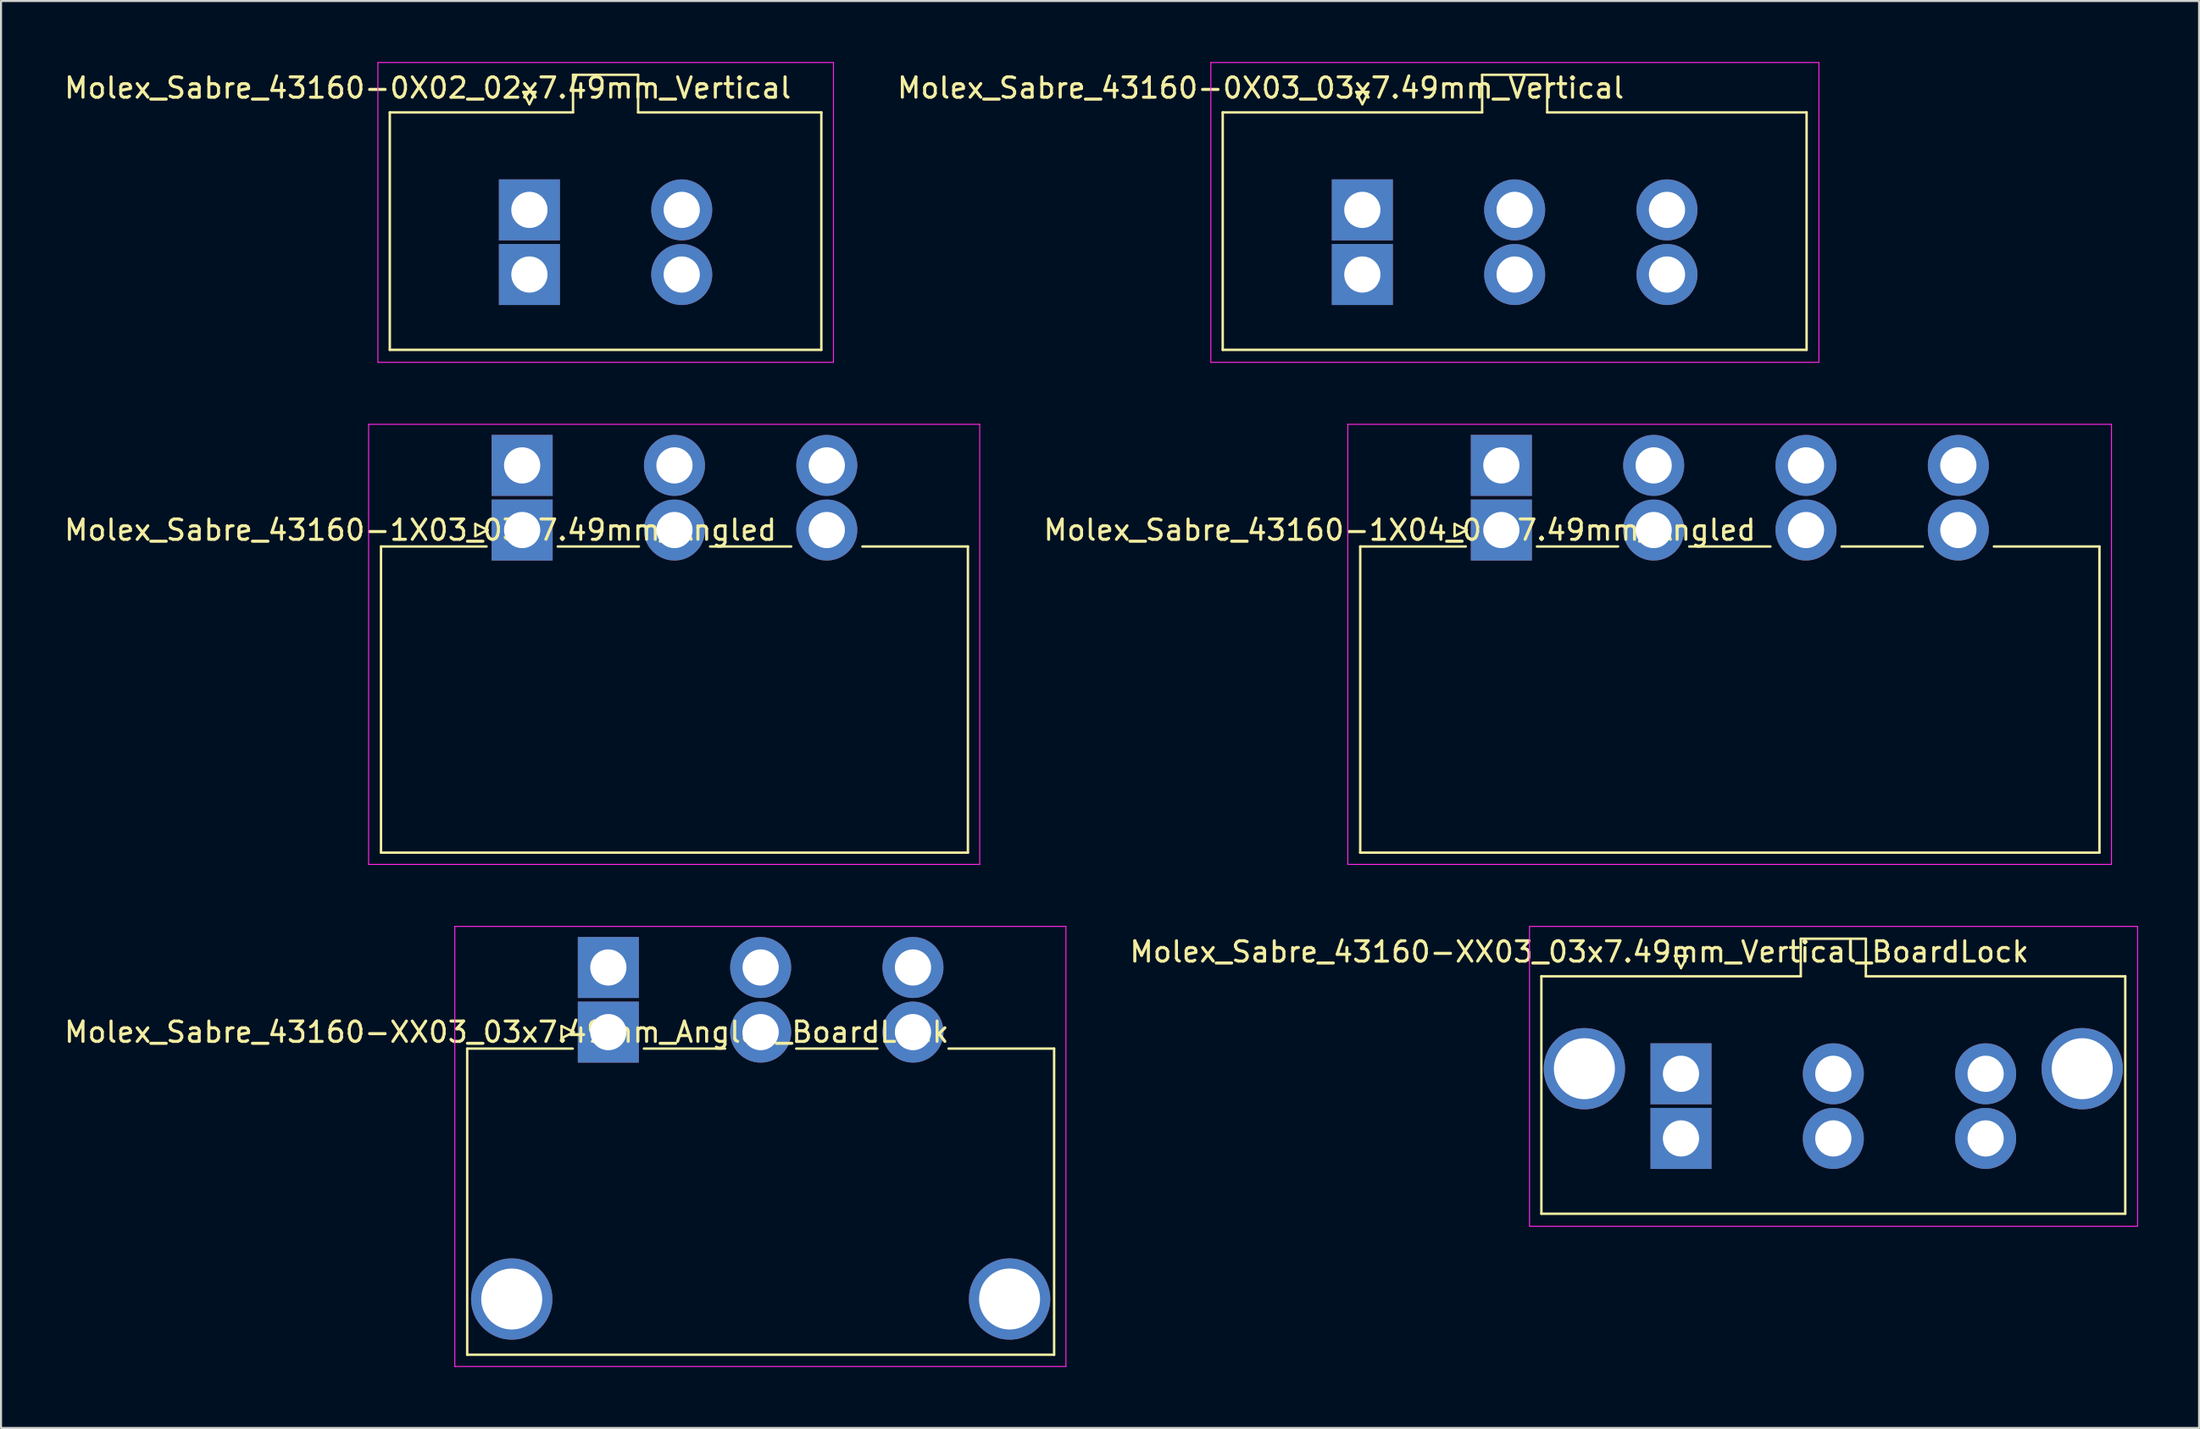
<source format=kicad_pcb>
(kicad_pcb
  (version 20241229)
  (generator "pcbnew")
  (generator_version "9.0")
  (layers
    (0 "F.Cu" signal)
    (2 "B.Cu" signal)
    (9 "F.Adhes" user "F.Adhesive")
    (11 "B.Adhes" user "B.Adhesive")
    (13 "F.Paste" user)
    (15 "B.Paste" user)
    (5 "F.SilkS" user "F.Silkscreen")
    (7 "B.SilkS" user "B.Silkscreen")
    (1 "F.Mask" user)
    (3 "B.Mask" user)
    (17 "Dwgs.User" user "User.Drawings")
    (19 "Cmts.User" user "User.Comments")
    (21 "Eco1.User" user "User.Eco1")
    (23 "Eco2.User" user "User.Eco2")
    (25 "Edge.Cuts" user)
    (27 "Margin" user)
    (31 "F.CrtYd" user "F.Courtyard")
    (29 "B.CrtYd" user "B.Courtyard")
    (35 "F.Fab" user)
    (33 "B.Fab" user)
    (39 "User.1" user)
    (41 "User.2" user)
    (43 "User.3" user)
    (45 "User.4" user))
  (footprint "Molex_Sabre_43160-1X03_03x7.49mm_Angled"
    (layer "F.Cu")
    (at 22.625 23.025)
    (property "Reference" "Molex_Sabre_43160-1X03_03x7.49mm_Angled" (at -5 0 0) (layer "F.SilkS") (effects (font (size 1 1) (thickness 0.15))))
    (attr through_hole)
    (fp_line (start -6.94 0.81) (end -6.94 15.87) (stroke (width 0.12) (type solid)) (layer "F.SilkS"))
    (fp_line (start -6.94 0.81) (end -1.75 0.81) (stroke (width 0.12) (type solid)) (layer "F.SilkS"))
    (fp_line (start -6.94 15.87) (end 21.92 15.87) (stroke (width 0.12) (type solid)) (layer "F.SilkS"))
    (fp_line (start -2.3 -0.3) (end -1.7 0) (stroke (width 0.12) (type solid)) (layer "F.SilkS"))
    (fp_line (start -2.3 0.3) (end -2.3 -0.3) (stroke (width 0.12) (type solid)) (layer "F.SilkS"))
    (fp_line (start -1.7 0) (end -2.3 0.3) (stroke (width 0.12) (type solid)) (layer "F.SilkS"))
    (fp_line (start 1.75 0.81) (end 5.74 0.81) (stroke (width 0.12) (type solid)) (layer "F.SilkS"))
    (fp_line (start 9.24 0.81) (end 13.23 0.81) (stroke (width 0.12) (type solid)) (layer "F.SilkS"))
    (fp_line (start 16.73 0.81) (end 21.92 0.81) (stroke (width 0.12) (type solid)) (layer "F.SilkS"))
    (fp_line (start 21.92 15.87) (end 21.92 0.81) (stroke (width 0.12) (type solid)) (layer "F.SilkS"))
    (fp_line (start -7.55 -5.2) (end -7.55 16.45) (stroke (width 0.05) (type solid)) (layer "F.CrtYd"))
    (fp_line (start -7.55 16.45) (end 22.5 16.45) (stroke (width 0.05) (type solid)) (layer "F.CrtYd"))
    (fp_line (start 22.5 -5.2) (end -7.55 -5.2) (stroke (width 0.05) (type solid)) (layer "F.CrtYd"))
    (fp_line (start 22.5 16.45) (end 22.5 -5.2) (stroke (width 0.05) (type solid)) (layer "F.CrtYd"))
    (pad "1" thru_hole rect (at 0 -3.18) (size 3 3) (drill 1.78) (layers "*.Cu" "*.Mask"))
    (pad "1" thru_hole rect (at 0 0) (size 3 3) (drill 1.78) (layers "*.Cu" "*.Mask"))
    (pad "2" thru_hole circle (at 7.49 -3.18) (size 3 3) (drill 1.78) (layers "*.Cu" "*.Mask"))
    (pad "2" thru_hole circle (at 7.49 0) (size 3 3) (drill 1.78) (layers "*.Cu" "*.Mask"))
    (pad "3" thru_hole circle (at 14.98 -3.18) (size 3 3) (drill 1.78) (layers "*.Cu" "*.Mask"))
    (pad "3" thru_hole circle (at 14.98 0) (size 3 3) (drill 1.78) (layers "*.Cu" "*.Mask")))
  (footprint "Molex_Sabre_43160-XX03_03x7.49mm_Angled_BoardLock"
    (layer "F.Cu")
    (at 26.863 47.725)
    (property "Reference" "Molex_Sabre_43160-XX03_03x7.49mm_Angled_BoardLock" (at -5 0 0) (layer "F.SilkS") (effects (font (size 1 1) (thickness 0.15))))
    (attr through_hole)
    (fp_line (start -6.94 0.81) (end -6.94 15.87) (stroke (width 0.12) (type solid)) (layer "F.SilkS"))
    (fp_line (start -6.94 0.81) (end -1.75 0.81) (stroke (width 0.12) (type solid)) (layer "F.SilkS"))
    (fp_line (start -6.94 15.87) (end 21.92 15.87) (stroke (width 0.12) (type solid)) (layer "F.SilkS"))
    (fp_line (start -2.3 -0.3) (end -1.7 0) (stroke (width 0.12) (type solid)) (layer "F.SilkS"))
    (fp_line (start -2.3 0.3) (end -2.3 -0.3) (stroke (width 0.12) (type solid)) (layer "F.SilkS"))
    (fp_line (start -1.7 0) (end -2.3 0.3) (stroke (width 0.12) (type solid)) (layer "F.SilkS"))
    (fp_line (start 1.75 0.81) (end 5.74 0.81) (stroke (width 0.12) (type solid)) (layer "F.SilkS"))
    (fp_line (start 9.24 0.81) (end 13.23 0.81) (stroke (width 0.12) (type solid)) (layer "F.SilkS"))
    (fp_line (start 16.73 0.81) (end 21.92 0.81) (stroke (width 0.12) (type solid)) (layer "F.SilkS"))
    (fp_line (start 21.92 15.87) (end 21.92 0.81) (stroke (width 0.12) (type solid)) (layer "F.SilkS"))
    (fp_line (start -7.55 -5.2) (end -7.55 16.45) (stroke (width 0.05) (type solid)) (layer "F.CrtYd"))
    (fp_line (start -7.55 16.45) (end 22.5 16.45) (stroke (width 0.05) (type solid)) (layer "F.CrtYd"))
    (fp_line (start 22.5 -5.2) (end -7.55 -5.2) (stroke (width 0.05) (type solid)) (layer "F.CrtYd"))
    (fp_line (start 22.5 16.45) (end 22.5 -5.2) (stroke (width 0.05) (type solid)) (layer "F.CrtYd"))
    (pad "" thru_hole circle (at -4.75 13.13) (size 4 4) (drill 3) (layers "*.Cu" "*.Mask"))
    (pad "" thru_hole circle (at 19.73 13.13) (size 4 4) (drill 3) (layers "*.Cu" "*.Mask"))
    (pad "1" thru_hole rect (at 0 -3.18) (size 3 3) (drill 1.78) (layers "*.Cu" "*.Mask"))
    (pad "1" thru_hole rect (at 0 0) (size 3 3) (drill 1.78) (layers "*.Cu" "*.Mask"))
    (pad "2" thru_hole circle (at 7.49 -3.18) (size 3 3) (drill 1.78) (layers "*.Cu" "*.Mask"))
    (pad "2" thru_hole circle (at 7.49 0) (size 3 3) (drill 1.78) (layers "*.Cu" "*.Mask"))
    (pad "3" thru_hole circle (at 14.98 -3.18) (size 3 3) (drill 1.78) (layers "*.Cu" "*.Mask"))
    (pad "3" thru_hole circle (at 14.98 0) (size 3 3) (drill 1.78) (layers "*.Cu" "*.Mask")))
  (footprint "Molex_Sabre_43160-0X03_03x7.49mm_Vertical"
    (layer "F.Cu")
    (at 63.939 7.275)
    (property "Reference" "Molex_Sabre_43160-0X03_03x7.49mm_Vertical" (at -5 -6 0) (layer "F.SilkS") (effects (font (size 1 1) (thickness 0.15))))
    (attr through_hole)
    (fp_line (start -6.865 -4.795) (end 5.89 -4.795) (stroke (width 0.12) (type solid)) (layer "F.SilkS"))
    (fp_line (start -6.865 6.885) (end -6.865 -4.795) (stroke (width 0.12) (type solid)) (layer "F.SilkS"))
    (fp_line (start -0.3 -5.8) (end 0 -5.2) (stroke (width 0.12) (type solid)) (layer "F.SilkS"))
    (fp_line (start 0 -5.2) (end 0.3 -5.8) (stroke (width 0.12) (type solid)) (layer "F.SilkS"))
    (fp_line (start 0.3 -5.8) (end -0.3 -5.8) (stroke (width 0.12) (type solid)) (layer "F.SilkS"))
    (fp_line (start 5.89 -6.645) (end 9.09 -6.645) (stroke (width 0.12) (type solid)) (layer "F.SilkS"))
    (fp_line (start 5.89 -4.795) (end 5.89 -6.645) (stroke (width 0.12) (type solid)) (layer "F.SilkS"))
    (fp_line (start 9.09 -6.645) (end 9.09 -4.795) (stroke (width 0.12) (type solid)) (layer "F.SilkS"))
    (fp_line (start 9.09 -4.795) (end 21.845 -4.795) (stroke (width 0.12) (type solid)) (layer "F.SilkS"))
    (fp_line (start 21.845 -4.795) (end 21.845 6.885) (stroke (width 0.12) (type solid)) (layer "F.SilkS"))
    (fp_line (start 21.845 6.885) (end -6.865 6.885) (stroke (width 0.12) (type solid)) (layer "F.SilkS"))
    (fp_line (start -7.45 -7.25) (end -7.45 7.5) (stroke (width 0.05) (type solid)) (layer "F.CrtYd"))
    (fp_line (start -7.45 7.5) (end 22.45 7.5) (stroke (width 0.05) (type solid)) (layer "F.CrtYd"))
    (fp_line (start 22.45 -7.25) (end -7.45 -7.25) (stroke (width 0.05) (type solid)) (layer "F.CrtYd"))
    (fp_line (start 22.45 7.5) (end 22.45 -7.25) (stroke (width 0.05) (type solid)) (layer "F.CrtYd"))
    (pad "1" thru_hole rect (at 0 0) (size 3 3) (drill 1.78) (layers "*.Cu" "*.Mask"))
    (pad "1" thru_hole rect (at 0 3.18) (size 3 3) (drill 1.78) (layers "*.Cu" "*.Mask"))
    (pad "2" thru_hole circle (at 7.49 0) (size 3 3) (drill 1.78) (layers "*.Cu" "*.Mask"))
    (pad "2" thru_hole circle (at 7.49 3.18) (size 3 3) (drill 1.78) (layers "*.Cu" "*.Mask"))
    (pad "3" thru_hole circle (at 14.98 0) (size 3 3) (drill 1.78) (layers "*.Cu" "*.Mask"))
    (pad "3" thru_hole circle (at 14.98 3.18) (size 3 3) (drill 1.78) (layers "*.Cu" "*.Mask")))
  (footprint "Molex_Sabre_43160-0X02_02x7.49mm_Vertical"
    (layer "F.Cu")
    (at 22.982 7.275)
    (property "Reference" "Molex_Sabre_43160-0X02_02x7.49mm_Vertical" (at -5 -6 0) (layer "F.SilkS") (effects (font (size 1 1) (thickness 0.15))))
    (attr through_hole)
    (fp_line (start -6.865 -4.795) (end 2.145 -4.795) (stroke (width 0.12) (type solid)) (layer "F.SilkS"))
    (fp_line (start -6.865 6.885) (end -6.865 -4.795) (stroke (width 0.12) (type solid)) (layer "F.SilkS"))
    (fp_line (start -0.3 -5.8) (end 0 -5.2) (stroke (width 0.12) (type solid)) (layer "F.SilkS"))
    (fp_line (start 0 -5.2) (end 0.3 -5.8) (stroke (width 0.12) (type solid)) (layer "F.SilkS"))
    (fp_line (start 0.3 -5.8) (end -0.3 -5.8) (stroke (width 0.12) (type solid)) (layer "F.SilkS"))
    (fp_line (start 2.145 -6.645) (end 5.345 -6.645) (stroke (width 0.12) (type solid)) (layer "F.SilkS"))
    (fp_line (start 2.145 -4.795) (end 2.145 -6.645) (stroke (width 0.12) (type solid)) (layer "F.SilkS"))
    (fp_line (start 5.345 -6.645) (end 5.345 -4.795) (stroke (width 0.12) (type solid)) (layer "F.SilkS"))
    (fp_line (start 5.345 -4.795) (end 14.355 -4.795) (stroke (width 0.12) (type solid)) (layer "F.SilkS"))
    (fp_line (start 14.355 -4.795) (end 14.355 6.885) (stroke (width 0.12) (type solid)) (layer "F.SilkS"))
    (fp_line (start 14.355 6.885) (end -6.865 6.885) (stroke (width 0.12) (type solid)) (layer "F.SilkS"))
    (fp_line (start -7.45 -7.25) (end -7.45 7.5) (stroke (width 0.05) (type solid)) (layer "F.CrtYd"))
    (fp_line (start -7.45 7.5) (end 14.95 7.5) (stroke (width 0.05) (type solid)) (layer "F.CrtYd"))
    (fp_line (start 14.95 -7.25) (end -7.45 -7.25) (stroke (width 0.05) (type solid)) (layer "F.CrtYd"))
    (fp_line (start 14.95 7.5) (end 14.95 -7.25) (stroke (width 0.05) (type solid)) (layer "F.CrtYd"))
    (pad "1" thru_hole rect (at 0 0) (size 3 3) (drill 1.78) (layers "*.Cu" "*.Mask"))
    (pad "1" thru_hole rect (at 0 3.18) (size 3 3) (drill 1.78) (layers "*.Cu" "*.Mask"))
    (pad "2" thru_hole circle (at 7.49 0) (size 3 3) (drill 1.78) (layers "*.Cu" "*.Mask"))
    (pad "2" thru_hole circle (at 7.49 3.18) (size 3 3) (drill 1.78) (layers "*.Cu" "*.Mask")))
  (footprint "Molex_Sabre_43160-XX03_03x7.49mm_Vertical_BoardLock"
    (layer "F.Cu")
    (at 79.608 49.775)
    (property "Reference" "Molex_Sabre_43160-XX03_03x7.49mm_Vertical_BoardLock" (at -5 -6 0) (layer "F.SilkS") (effects (font (size 1 1) (thickness 0.15))))
    (attr through_hole)
    (fp_line (start -6.865 -4.795) (end 5.89 -4.795) (stroke (width 0.12) (type solid)) (layer "F.SilkS"))
    (fp_line (start -6.865 6.885) (end -6.865 -4.795) (stroke (width 0.12) (type solid)) (layer "F.SilkS"))
    (fp_line (start -0.3 -5.8) (end 0 -5.2) (stroke (width 0.12) (type solid)) (layer "F.SilkS"))
    (fp_line (start 0 -5.2) (end 0.3 -5.8) (stroke (width 0.12) (type solid)) (layer "F.SilkS"))
    (fp_line (start 0.3 -5.8) (end -0.3 -5.8) (stroke (width 0.12) (type solid)) (layer "F.SilkS"))
    (fp_line (start 5.89 -6.645) (end 9.09 -6.645) (stroke (width 0.12) (type solid)) (layer "F.SilkS"))
    (fp_line (start 5.89 -4.795) (end 5.89 -6.645) (stroke (width 0.12) (type solid)) (layer "F.SilkS"))
    (fp_line (start 9.09 -6.645) (end 9.09 -4.795) (stroke (width 0.12) (type solid)) (layer "F.SilkS"))
    (fp_line (start 9.09 -4.795) (end 21.845 -4.795) (stroke (width 0.12) (type solid)) (layer "F.SilkS"))
    (fp_line (start 21.845 -4.795) (end 21.845 6.885) (stroke (width 0.12) (type solid)) (layer "F.SilkS"))
    (fp_line (start 21.845 6.885) (end -6.865 6.885) (stroke (width 0.12) (type solid)) (layer "F.SilkS"))
    (fp_line (start -7.45 -7.25) (end -7.45 7.5) (stroke (width 0.05) (type solid)) (layer "F.CrtYd"))
    (fp_line (start -7.45 7.5) (end 22.45 7.5) (stroke (width 0.05) (type solid)) (layer "F.CrtYd"))
    (fp_line (start 22.45 -7.25) (end -7.45 -7.25) (stroke (width 0.05) (type solid)) (layer "F.CrtYd"))
    (fp_line (start 22.45 7.5) (end 22.45 -7.25) (stroke (width 0.05) (type solid)) (layer "F.CrtYd"))
    (pad "" thru_hole circle (at -4.75 -0.25) (size 4 4) (drill 3) (layers "*.Cu" "*.Mask"))
    (pad "" thru_hole circle (at 19.73 -0.25) (size 4 4) (drill 3) (layers "*.Cu" "*.Mask"))
    (pad "1" thru_hole rect (at 0 0) (size 3 3) (drill 1.78) (layers "*.Cu" "*.Mask"))
    (pad "1" thru_hole rect (at 0 3.18) (size 3 3) (drill 1.78) (layers "*.Cu" "*.Mask"))
    (pad "2" thru_hole circle (at 7.49 0) (size 3 3) (drill 1.78) (layers "*.Cu" "*.Mask"))
    (pad "2" thru_hole circle (at 7.49 3.18) (size 3 3) (drill 1.78) (layers "*.Cu" "*.Mask"))
    (pad "3" thru_hole circle (at 14.98 0) (size 3 3) (drill 1.78) (layers "*.Cu" "*.Mask"))
    (pad "3" thru_hole circle (at 14.98 3.18) (size 3 3) (drill 1.78) (layers "*.Cu" "*.Mask")))
  (footprint "Molex_Sabre_43160-1X04_04x7.49mm_Angled"
    (layer "F.Cu")
    (at 70.775 23.025)
    (property "Reference" "Molex_Sabre_43160-1X04_04x7.49mm_Angled" (at -5 0 0) (layer "F.SilkS") (effects (font (size 1 1) (thickness 0.15))))
    (attr through_hole)
    (fp_line (start -6.94 0.81) (end -6.94 15.87) (stroke (width 0.12) (type solid)) (layer "F.SilkS"))
    (fp_line (start -6.94 0.81) (end -1.75 0.81) (stroke (width 0.12) (type solid)) (layer "F.SilkS"))
    (fp_line (start -6.94 15.87) (end 29.41 15.87) (stroke (width 0.12) (type solid)) (layer "F.SilkS"))
    (fp_line (start -2.3 -0.3) (end -1.7 0) (stroke (width 0.12) (type solid)) (layer "F.SilkS"))
    (fp_line (start -2.3 0.3) (end -2.3 -0.3) (stroke (width 0.12) (type solid)) (layer "F.SilkS"))
    (fp_line (start -1.7 0) (end -2.3 0.3) (stroke (width 0.12) (type solid)) (layer "F.SilkS"))
    (fp_line (start 1.75 0.81) (end 5.74 0.81) (stroke (width 0.12) (type solid)) (layer "F.SilkS"))
    (fp_line (start 9.24 0.81) (end 13.23 0.81) (stroke (width 0.12) (type solid)) (layer "F.SilkS"))
    (fp_line (start 16.73 0.81) (end 20.72 0.81) (stroke (width 0.12) (type solid)) (layer "F.SilkS"))
    (fp_line (start 24.22 0.81) (end 29.41 0.81) (stroke (width 0.12) (type solid)) (layer "F.SilkS"))
    (fp_line (start 29.41 15.87) (end 29.41 0.81) (stroke (width 0.12) (type solid)) (layer "F.SilkS"))
    (fp_line (start -7.55 -5.2) (end -7.55 16.45) (stroke (width 0.05) (type solid)) (layer "F.CrtYd"))
    (fp_line (start -7.55 16.45) (end 30 16.45) (stroke (width 0.05) (type solid)) (layer "F.CrtYd"))
    (fp_line (start 30 -5.2) (end -7.55 -5.2) (stroke (width 0.05) (type solid)) (layer "F.CrtYd"))
    (fp_line (start 30 16.45) (end 30 -5.2) (stroke (width 0.05) (type solid)) (layer "F.CrtYd"))
    (pad "1" thru_hole rect (at 0 -3.18) (size 3 3) (drill 1.78) (layers "*.Cu" "*.Mask"))
    (pad "1" thru_hole rect (at 0 0) (size 3 3) (drill 1.78) (layers "*.Cu" "*.Mask"))
    (pad "2" thru_hole circle (at 7.49 -3.18) (size 3 3) (drill 1.78) (layers "*.Cu" "*.Mask"))
    (pad "2" thru_hole circle (at 7.49 0) (size 3 3) (drill 1.78) (layers "*.Cu" "*.Mask"))
    (pad "3" thru_hole circle (at 14.98 -3.18) (size 3 3) (drill 1.78) (layers "*.Cu" "*.Mask"))
    (pad "3" thru_hole circle (at 14.98 0) (size 3 3) (drill 1.78) (layers "*.Cu" "*.Mask"))
    (pad "4" thru_hole circle (at 22.47 -3.18) (size 3 3) (drill 1.78) (layers "*.Cu" "*.Mask"))
    (pad "4" thru_hole circle (at 22.47 0) (size 3 3) (drill 1.78) (layers "*.Cu" "*.Mask")))
  (gr_rect
    (start -3 -3)
    (end 105.083 67.2)
    (stroke (width 0.1) (type default))
    (fill no)
    (layer "Edge.Cuts")))
</source>
